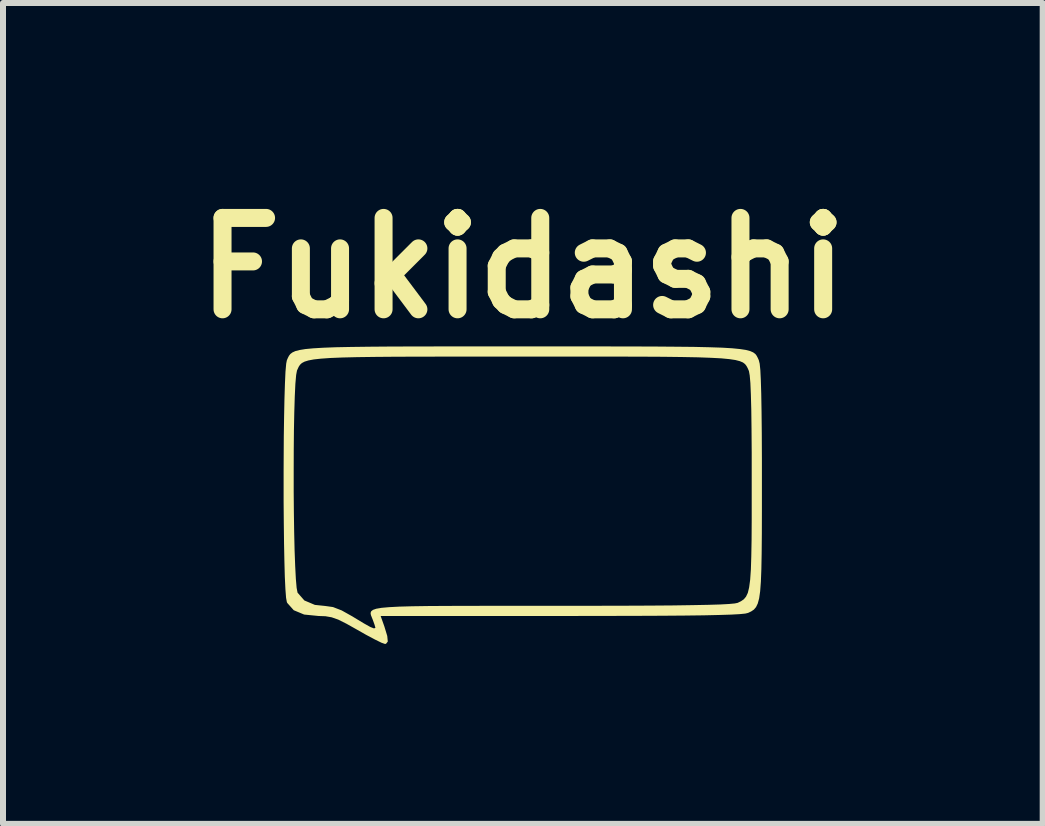
<source format=kicad_pcb>
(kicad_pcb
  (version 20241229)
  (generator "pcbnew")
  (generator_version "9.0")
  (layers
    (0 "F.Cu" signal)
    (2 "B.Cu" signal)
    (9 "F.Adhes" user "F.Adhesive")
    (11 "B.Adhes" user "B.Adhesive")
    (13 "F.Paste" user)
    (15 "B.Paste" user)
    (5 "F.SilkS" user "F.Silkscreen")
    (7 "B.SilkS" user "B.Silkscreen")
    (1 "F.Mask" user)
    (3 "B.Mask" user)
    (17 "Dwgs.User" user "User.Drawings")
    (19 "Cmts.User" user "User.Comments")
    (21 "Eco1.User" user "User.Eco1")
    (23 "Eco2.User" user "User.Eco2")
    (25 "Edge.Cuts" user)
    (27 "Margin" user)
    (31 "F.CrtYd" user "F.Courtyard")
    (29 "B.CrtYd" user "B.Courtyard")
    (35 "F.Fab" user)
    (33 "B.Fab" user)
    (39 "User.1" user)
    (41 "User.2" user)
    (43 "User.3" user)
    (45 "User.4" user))
  (footprint "Fukidashi"
    (layer "F.Cu")
    (at 5.668 5.228)
    (property "Reference" "Fukidashi" (at 0 -3.81 0) (layer "F.SilkS") (effects (font (size 1.524 1.524) (thickness 0.3))))
    (attr board_only exclude_from_pos_files exclude_from_bom)
    (fp_poly (pts (xy -0.027 -2.502) (xy 0 -2.502) (xy 0.657 -2.502) (xy 1.234 -2.502) (xy 1.736 -2.501) (xy 2.17 -2.5) (xy 2.54 -2.497) (xy 2.852 -2.494) (xy 3.11 -2.488) (xy 3.321 -2.481) (xy 3.489 -2.471) (xy 3.62 -2.458) (xy 3.719 -2.443) (xy 3.791 -2.424) (xy 3.841 -2.402) (xy 3.876 -2.376) (xy 3.899 -2.346) (xy 3.917 -2.311) (xy 3.935 -2.271) (xy 3.935 -2.27) (xy 3.949 -2.214) (xy 3.96 -2.106) (xy 3.968 -1.941) (xy 3.975 -1.714) (xy 3.98 -1.42) (xy 3.984 -1.054) (xy 3.986 -0.613) (xy 3.986 -0.25) (xy 3.986 0.224) (xy 3.985 0.621) (xy 3.982 0.947) (xy 3.977 1.211) (xy 3.969 1.419) (xy 3.957 1.58) (xy 3.94 1.699) (xy 3.917 1.785) (xy 3.888 1.845) (xy 3.853 1.886) (xy 3.809 1.916) (xy 3.757 1.941) (xy 3.754 1.942) (xy 3.708 1.953) (xy 3.616 1.962) (xy 3.473 1.97) (xy 3.277 1.976) (xy 3.021 1.982) (xy 2.702 1.986) (xy 2.317 1.989) (xy 1.859 1.991) (xy 1.326 1.992) (xy 0.713 1.993) (xy 0.636 1.993) (xy -2.371 1.993) (xy -2.309 2.168) (xy -2.261 2.326) (xy -2.252 2.419) (xy -2.282 2.457) (xy -2.3 2.459) (xy -2.357 2.439) (xy -2.469 2.384) (xy -2.619 2.304) (xy -2.756 2.226) (xy -2.943 2.121) (xy -3.079 2.053) (xy -3.188 2.015) (xy -3.291 1.997) (xy -3.405 1.993) (xy -3.647 1.969) (xy -3.82 1.897) (xy -3.928 1.776) (xy -3.935 1.761) (xy -3.948 1.69) (xy -3.959 1.546) (xy -3.969 1.338) (xy -3.976 1.077) (xy -3.982 0.774) (xy -3.986 0.44) (xy -3.989 0.085) (xy -3.989 -0.28) (xy -3.989 -0.431) (xy -3.821 -0.431) (xy -3.821 -0.08) (xy -3.818 0.266) (xy -3.813 0.596) (xy -3.806 0.898) (xy -3.796 1.16) (xy -3.785 1.373) (xy -3.772 1.524) (xy -3.757 1.602) (xy -3.756 1.605) (xy -3.643 1.734) (xy -3.468 1.808) (xy -3.295 1.826) (xy -3.166 1.844) (xy -3.021 1.9) (xy -2.839 2.002) (xy -2.82 2.014) (xy -2.651 2.116) (xy -2.542 2.177) (xy -2.482 2.2) (xy -2.46 2.192) (xy -2.459 2.187) (xy -2.473 2.138) (xy -2.501 2.06) (xy -2.519 2.015) (xy -2.534 1.976) (xy -2.539 1.943) (xy -2.529 1.915) (xy -2.499 1.891) (xy -2.444 1.872) (xy -2.356 1.857) (xy -2.232 1.846) (xy -2.064 1.837) (xy -1.849 1.831) (xy -1.58 1.827) (xy -1.251 1.825) (xy -0.858 1.824) (xy -0.394 1.823) (xy 0.146 1.823) (xy 0.49 1.823) (xy 1.111 1.823) (xy 1.65 1.822) (xy 2.114 1.82) (xy 2.505 1.817) (xy 2.829 1.812) (xy 3.09 1.807) (xy 3.291 1.801) (xy 3.437 1.793) (xy 3.533 1.784) (xy 3.582 1.774) (xy 3.584 1.773) (xy 3.639 1.746) (xy 3.685 1.714) (xy 3.721 1.671) (xy 3.751 1.608) (xy 3.773 1.517) (xy 3.79 1.391) (xy 3.802 1.222) (xy 3.809 1.002) (xy 3.814 0.724) (xy 3.816 0.38) (xy 3.816 -0.037) (xy 3.816 -0.25) (xy 3.816 -0.728) (xy 3.813 -1.126) (xy 3.809 -1.449) (xy 3.802 -1.702) (xy 3.794 -1.89) (xy 3.783 -2.017) (xy 3.77 -2.09) (xy 3.766 -2.1) (xy 3.748 -2.141) (xy 3.729 -2.176) (xy 3.705 -2.207) (xy 3.67 -2.234) (xy 3.618 -2.256) (xy 3.544 -2.275) (xy 3.443 -2.29) (xy 3.308 -2.303) (xy 3.136 -2.312) (xy 2.92 -2.32) (xy 2.655 -2.325) (xy 2.336 -2.329) (xy 1.957 -2.331) (xy 1.512 -2.332) (xy 0.997 -2.332) (xy 0.406 -2.332) (xy 0 -2.332) (xy -0.641 -2.332) (xy -1.202 -2.332) (xy -1.69 -2.331) (xy -2.109 -2.33) (xy -2.464 -2.327) (xy -2.762 -2.323) (xy -3.008 -2.317) (xy -3.207 -2.309) (xy -3.364 -2.298) (xy -3.485 -2.285) (xy -3.575 -2.268) (xy -3.64 -2.248) (xy -3.685 -2.224) (xy -3.715 -2.196) (xy -3.737 -2.163) (xy -3.754 -2.126) (xy -3.766 -2.1) (xy -3.78 -2.025) (xy -3.793 -1.877) (xy -3.803 -1.666) (xy -3.811 -1.406) (xy -3.817 -1.105) (xy -3.82 -0.777) (xy -3.821 -0.431) (xy -3.989 -0.431) (xy -3.988 -0.644) (xy -3.986 -0.996) (xy -3.981 -1.327) (xy -3.975 -1.624) (xy -3.967 -1.879) (xy -3.958 -2.078) (xy -3.946 -2.214) (xy -3.935 -2.27) (xy -3.918 -2.31) (xy -3.9 -2.345) (xy -3.877 -2.375) (xy -3.843 -2.401) (xy -3.793 -2.424) (xy -3.722 -2.442) (xy -3.624 -2.458) (xy -3.495 -2.47) (xy -3.328 -2.48) (xy -3.119 -2.488) (xy -2.863 -2.493) (xy -2.553 -2.497) (xy -2.186 -2.5) (xy -1.754 -2.501) (xy -1.255 -2.502) (xy -0.68 -2.502)) (stroke (width 0) (type solid)) (fill yes) (layer "F.SilkS")))
  (gr_rect
    (start -3 -3)
    (end 14.336 10.687)
    (stroke (width 0.1) (type default))
    (fill no)
    (layer "Edge.Cuts")))
</source>
